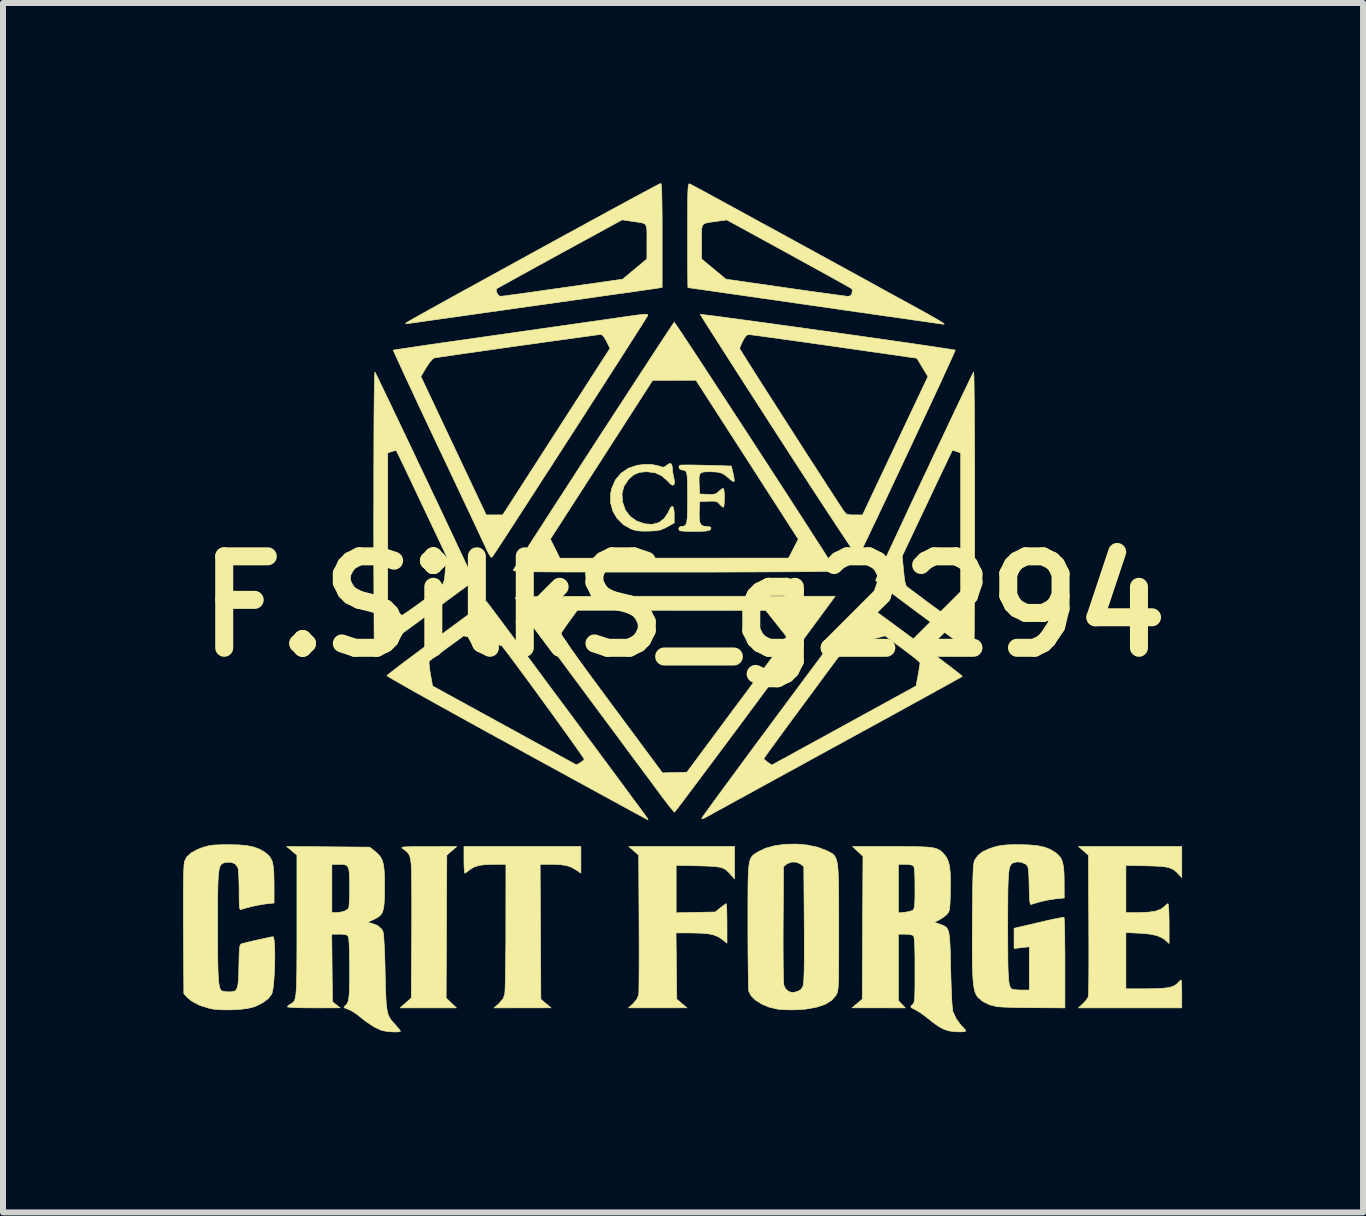
<source format=kicad_pcb>
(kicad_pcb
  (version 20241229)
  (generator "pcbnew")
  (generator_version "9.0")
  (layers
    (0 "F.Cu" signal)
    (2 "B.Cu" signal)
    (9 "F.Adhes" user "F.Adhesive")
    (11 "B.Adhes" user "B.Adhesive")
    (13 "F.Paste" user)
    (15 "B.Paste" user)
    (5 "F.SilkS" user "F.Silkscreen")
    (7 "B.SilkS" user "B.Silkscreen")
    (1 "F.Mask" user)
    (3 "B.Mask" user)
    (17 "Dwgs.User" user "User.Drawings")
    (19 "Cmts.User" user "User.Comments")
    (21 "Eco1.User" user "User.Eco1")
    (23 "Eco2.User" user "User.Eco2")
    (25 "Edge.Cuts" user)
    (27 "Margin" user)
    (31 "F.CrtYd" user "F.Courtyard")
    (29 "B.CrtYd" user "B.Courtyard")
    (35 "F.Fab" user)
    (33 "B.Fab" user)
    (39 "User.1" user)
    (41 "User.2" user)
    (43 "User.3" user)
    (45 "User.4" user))
  (footprint "F.SilkS_g2294"
    (layer "F.Cu")
    (at 8.342 7.053)
    (property "Reference" "F.SilkS_g2294" (at 0 0 0) (layer "F.SilkS") (effects (font (size 1.524 1.524) (thickness 0.3))))
    (attr through_hole)
    (fp_poly (pts (xy -3.865 4.072) (xy -3.948 4.144) (xy -3.959 6.525) (xy -3.873 6.607) (xy -3.787 6.689) (xy -4.726 6.689) (xy -4.633 6.606) (xy -4.54 6.524) (xy -4.533 5.49) (xy -4.532 5.279) (xy -4.532 5.075) (xy -4.532 4.885) (xy -4.533 4.713) (xy -4.534 4.563) (xy -4.536 4.441) (xy -4.538 4.352) (xy -4.541 4.3) (xy -4.552 4.208) (xy -4.571 4.145) (xy -4.603 4.098) (xy -4.657 4.053) (xy -4.678 4.039) (xy -4.693 4.027) (xy -4.697 4.018) (xy -4.685 4.012) (xy -4.653 4.007) (xy -4.595 4.005) (xy -4.508 4.003) (xy -4.388 4.002) (xy -4.256 4.002) (xy -3.782 4) (xy -3.865 4.072)) (stroke (width 0.01) (type solid)) (fill yes) (layer "F.SilkS"))
    (fp_poly (pts (xy -1.714 4.444) (xy -1.791 4.392) (xy -1.869 4.347) (xy -1.953 4.318) (xy -2.055 4.303) (xy -2.186 4.297) (xy -2.207 4.297) (xy -2.393 4.297) (xy -2.387 5.421) (xy -2.381 6.545) (xy -2.297 6.616) (xy -2.212 6.688) (xy -3.161 6.689) (xy -3.082 6.62) (xy -3.01 6.535) (xy -2.984 6.466) (xy -2.98 6.429) (xy -2.976 6.353) (xy -2.973 6.244) (xy -2.97 6.106) (xy -2.968 5.944) (xy -2.966 5.762) (xy -2.964 5.565) (xy -2.964 5.356) (xy -2.964 5.339) (xy -2.963 4.297) (xy -3.159 4.297) (xy -3.3 4.301) (xy -3.408 4.315) (xy -3.491 4.341) (xy -3.558 4.38) (xy -3.574 4.393) (xy -3.617 4.427) (xy -3.646 4.444) (xy -3.649 4.445) (xy -3.654 4.425) (xy -3.658 4.372) (xy -3.661 4.294) (xy -3.662 4.223) (xy -3.662 4) (xy -1.714 4) (xy -1.714 4.444)) (stroke (width 0.01) (type solid)) (fill yes) (layer "F.SilkS"))
    (fp_poly (pts (xy 0.846 4.54) (xy 0.778 4.463) (xy 0.736 4.418) (xy 0.696 4.384) (xy 0.651 4.36) (xy 0.594 4.344) (xy 0.518 4.334) (xy 0.415 4.327) (xy 0.279 4.323) (xy 0.238 4.322) (xy -0.127 4.313) (xy -0.127 5.105) (xy 0.525 5.091) (xy 0.61 5.022) (xy 0.661 4.983) (xy 0.697 4.958) (xy 0.708 4.953) (xy 0.712 4.973) (xy 0.715 5.028) (xy 0.718 5.111) (xy 0.719 5.215) (xy 0.72 5.282) (xy 0.72 5.611) (xy 0.64 5.548) (xy 0.578 5.506) (xy 0.506 5.476) (xy 0.416 5.456) (xy 0.301 5.445) (xy 0.154 5.441) (xy 0.121 5.44) (xy -0.129 5.44) (xy -0.123 5.992) (xy -0.116 6.545) (xy -0.032 6.616) (xy 0.053 6.688) (xy -0.434 6.688) (xy -0.921 6.688) (xy -0.843 6.617) (xy -0.783 6.546) (xy -0.752 6.475) (xy -0.752 6.474) (xy -0.749 6.44) (xy -0.747 6.367) (xy -0.746 6.261) (xy -0.745 6.125) (xy -0.744 5.963) (xy -0.744 5.78) (xy -0.744 5.58) (xy -0.745 5.367) (xy -0.745 5.273) (xy -0.751 4.144) (xy -0.917 4) (xy 0.847 4) (xy 0.846 4.54)) (stroke (width 0.01) (type solid)) (fill yes) (layer "F.SilkS"))
    (fp_poly (pts (xy -0.205 -2.372) (xy -0.191 -2.324) (xy -0.191 -2.305) (xy -0.185 -2.244) (xy -0.172 -2.169) (xy -0.166 -2.146) (xy -0.154 -2.079) (xy -0.158 -2.04) (xy -0.167 -2.026) (xy -0.189 -2.019) (xy -0.222 -2.04) (xy -0.27 -2.091) (xy -0.366 -2.176) (xy -0.474 -2.225) (xy -0.604 -2.243) (xy -0.625 -2.244) (xy -0.738 -2.233) (xy -0.828 -2.196) (xy -0.91 -2.127) (xy -0.927 -2.107) (xy -0.998 -1.998) (xy -1.029 -1.876) (xy -1.02 -1.74) (xy -1.019 -1.738) (xy -0.973 -1.605) (xy -0.895 -1.5) (xy -0.786 -1.423) (xy -0.65 -1.376) (xy -0.524 -1.367) (xy -0.416 -1.396) (xy -0.327 -1.463) (xy -0.258 -1.566) (xy -0.246 -1.595) (xy -0.216 -1.652) (xy -0.19 -1.668) (xy -0.172 -1.645) (xy -0.161 -1.583) (xy -0.159 -1.525) (xy -0.159 -1.391) (xy -0.274 -1.326) (xy -0.337 -1.294) (xy -0.393 -1.273) (xy -0.458 -1.262) (xy -0.546 -1.256) (xy -0.581 -1.255) (xy -0.689 -1.254) (xy -0.769 -1.26) (xy -0.836 -1.275) (xy -0.877 -1.29) (xy -1.008 -1.364) (xy -1.111 -1.466) (xy -1.182 -1.589) (xy -1.219 -1.728) (xy -1.219 -1.877) (xy -1.199 -1.97) (xy -1.139 -2.107) (xy -1.046 -2.218) (xy -0.926 -2.3) (xy -0.779 -2.35) (xy -0.667 -2.365) (xy -0.531 -2.364) (xy -0.424 -2.342) (xy -0.365 -2.323) (xy -0.33 -2.321) (xy -0.302 -2.336) (xy -0.283 -2.353) (xy -0.237 -2.382) (xy -0.205 -2.372)) (stroke (width 0.01) (type solid)) (fill yes) (layer "F.SilkS"))
    (fp_poly (pts (xy 8.297 4.519) (xy 8.244 4.461) (xy 8.198 4.415) (xy 8.152 4.382) (xy 8.099 4.358) (xy 8.03 4.341) (xy 7.939 4.331) (xy 7.819 4.325) (xy 7.71 4.322) (xy 7.366 4.314) (xy 7.366 5.101) (xy 7.594 5.101) (xy 7.748 5.094) (xy 7.867 5.075) (xy 7.954 5.042) (xy 8.016 4.993) (xy 8.019 4.988) (xy 8.051 4.96) (xy 8.067 4.953) (xy 8.073 4.973) (xy 8.079 5.028) (xy 8.083 5.111) (xy 8.085 5.215) (xy 8.086 5.285) (xy 8.086 5.617) (xy 8.038 5.572) (xy 7.968 5.521) (xy 7.88 5.484) (xy 7.767 5.46) (xy 7.62 5.446) (xy 7.594 5.445) (xy 7.366 5.434) (xy 7.366 6.371) (xy 7.689 6.371) (xy 7.849 6.369) (xy 7.973 6.363) (xy 8.066 6.353) (xy 8.134 6.337) (xy 8.184 6.314) (xy 8.222 6.284) (xy 8.228 6.277) (xy 8.262 6.24) (xy 8.285 6.223) (xy 8.286 6.223) (xy 8.29 6.243) (xy 8.294 6.296) (xy 8.297 6.375) (xy 8.297 6.456) (xy 8.297 6.689) (xy 6.575 6.689) (xy 6.651 6.618) (xy 6.7 6.566) (xy 6.734 6.515) (xy 6.741 6.497) (xy 6.743 6.466) (xy 6.745 6.397) (xy 6.747 6.295) (xy 6.748 6.162) (xy 6.749 6.003) (xy 6.749 5.822) (xy 6.749 5.623) (xy 6.748 5.41) (xy 6.748 5.295) (xy 6.742 4.144) (xy 6.659 4.072) (xy 6.576 4) (xy 8.297 4) (xy 8.297 4.519)) (stroke (width 0.01) (type solid)) (fill yes) (layer "F.SilkS"))
    (fp_poly (pts (xy 0.126 -2.356) (xy 0.24 -2.354) (xy 0.368 -2.351) (xy 0.38 -2.351) (xy 0.792 -2.339) (xy 0.822 -2.216) (xy 0.836 -2.149) (xy 0.841 -2.099) (xy 0.838 -2.08) (xy 0.816 -2.085) (xy 0.777 -2.113) (xy 0.756 -2.131) (xy 0.692 -2.186) (xy 0.633 -2.22) (xy 0.565 -2.237) (xy 0.474 -2.243) (xy 0.436 -2.244) (xy 0.354 -2.242) (xy 0.3 -2.233) (xy 0.27 -2.208) (xy 0.256 -2.161) (xy 0.255 -2.084) (xy 0.258 -2.01) (xy 0.265 -1.873) (xy 0.397 -1.867) (xy 0.473 -1.865) (xy 0.521 -1.872) (xy 0.557 -1.891) (xy 0.583 -1.915) (xy 0.624 -1.95) (xy 0.654 -1.968) (xy 0.657 -1.968) (xy 0.667 -1.949) (xy 0.674 -1.898) (xy 0.677 -1.825) (xy 0.677 -1.81) (xy 0.675 -1.734) (xy 0.67 -1.678) (xy 0.662 -1.652) (xy 0.66 -1.651) (xy 0.636 -1.665) (xy 0.599 -1.701) (xy 0.596 -1.705) (xy 0.567 -1.734) (xy 0.534 -1.749) (xy 0.486 -1.754) (xy 0.409 -1.753) (xy 0.407 -1.752) (xy 0.265 -1.746) (xy 0.258 -1.582) (xy 0.258 -1.474) (xy 0.268 -1.4) (xy 0.292 -1.357) (xy 0.332 -1.337) (xy 0.368 -1.333) (xy 0.431 -1.327) (xy 0.455 -1.309) (xy 0.442 -1.277) (xy 0.416 -1.264) (xy 0.363 -1.255) (xy 0.277 -1.25) (xy 0.181 -1.249) (xy 0.085 -1.25) (xy 0.004 -1.253) (xy -0.051 -1.258) (xy -0.071 -1.263) (xy -0.085 -1.299) (xy -0.066 -1.326) (xy -0.036 -1.333) (xy -0.004 -1.336) (xy 0.02 -1.345) (xy 0.038 -1.368) (xy 0.05 -1.408) (xy 0.058 -1.472) (xy 0.062 -1.564) (xy 0.063 -1.688) (xy 0.064 -1.813) (xy 0.063 -1.963) (xy 0.062 -2.076) (xy 0.058 -2.157) (xy 0.05 -2.212) (xy 0.039 -2.245) (xy 0.021 -2.263) (xy -0.003 -2.271) (xy -0.029 -2.273) (xy -0.065 -2.288) (xy -0.081 -2.318) (xy -0.073 -2.346) (xy -0.059 -2.353) (xy -0.03 -2.355) (xy 0.034 -2.356) (xy 0.126 -2.356)) (stroke (width 0.01) (type solid)) (fill yes) (layer "F.SilkS"))
    (fp_poly (pts (xy -5.134 -3.883) (xy -5.106 -3.827) (xy -5.064 -3.74) (xy -5.008 -3.624) (xy -4.941 -3.483) (xy -4.863 -3.321) (xy -4.777 -3.14) (xy -4.684 -2.945) (xy -4.585 -2.738) (xy -4.483 -2.523) (xy -4.378 -2.302) (xy -4.273 -2.081) (xy -4.169 -1.861) (xy -4.067 -1.646) (xy -3.97 -1.44) (xy -3.878 -1.245) (xy -3.794 -1.066) (xy -3.718 -0.905) (xy -3.653 -0.766) (xy -3.6 -0.652) (xy -3.566 -0.578) (xy -3.496 -0.426) (xy -4.319 0.179) (xy -4.483 0.299) (xy -4.637 0.412) (xy -4.777 0.514) (xy -4.9 0.603) (xy -5.002 0.677) (xy -5.081 0.733) (xy -5.132 0.769) (xy -5.153 0.783) (xy -5.153 0.783) (xy -5.155 0.762) (xy -5.156 0.702) (xy -5.158 0.605) (xy -5.159 0.473) (xy -5.16 0.31) (xy -5.161 0.118) (xy -5.162 -0.1) (xy -5.163 -0.342) (xy -5.164 -0.605) (xy -5.164 -0.886) (xy -5.165 -1.182) (xy -5.165 -1.491) (xy -5.165 -1.571) (xy -5.164 -1.94) (xy -5.164 -2.282) (xy -5.163 -2.557) (xy -4.932 -2.557) (xy -4.932 -0.046) (xy -4.821 0.05) (xy -4.763 0.099) (xy -4.718 0.134) (xy -4.694 0.148) (xy -4.693 0.148) (xy -4.672 0.136) (xy -4.622 0.103) (xy -4.549 0.052) (xy -4.458 -0.013) (xy -4.355 -0.087) (xy -4.34 -0.099) (xy -4.224 -0.183) (xy -4.137 -0.247) (xy -4.075 -0.299) (xy -4.032 -0.345) (xy -4.005 -0.391) (xy -3.989 -0.445) (xy -3.98 -0.513) (xy -3.973 -0.602) (xy -3.968 -0.668) (xy -3.954 -0.839) (xy -4.368 -1.713) (xy -4.453 -1.893) (xy -4.532 -2.06) (xy -4.604 -2.211) (xy -4.667 -2.343) (xy -4.719 -2.451) (xy -4.758 -2.531) (xy -4.782 -2.581) (xy -4.79 -2.596) (xy -4.813 -2.595) (xy -4.859 -2.582) (xy -4.865 -2.58) (xy -4.932 -2.557) (xy -5.163 -2.557) (xy -5.163 -2.595) (xy -5.162 -2.879) (xy -5.161 -3.131) (xy -5.159 -3.351) (xy -5.157 -3.536) (xy -5.154 -3.685) (xy -5.152 -3.797) (xy -5.149 -3.87) (xy -5.146 -3.903) (xy -5.145 -3.904) (xy -5.134 -3.883)) (stroke (width 0.01) (type solid)) (fill yes) (layer "F.SilkS"))
    (fp_poly (pts (xy -0.146 -4.717) (xy -0.111 -4.667) (xy -0.058 -4.588) (xy 0.014 -4.48) (xy 0.101 -4.348) (xy 0.203 -4.194) (xy 0.317 -4.02) (xy 0.442 -3.829) (xy 0.576 -3.624) (xy 0.717 -3.408) (xy 0.863 -3.184) (xy 1.014 -2.953) (xy 1.166 -2.719) (xy 1.319 -2.484) (xy 1.47 -2.251) (xy 1.618 -2.023) (xy 1.761 -1.802) (xy 1.897 -1.592) (xy 2.025 -1.394) (xy 2.142 -1.211) (xy 2.248 -1.047) (xy 2.34 -0.904) (xy 2.416 -0.784) (xy 2.475 -0.69) (xy 2.516 -0.625) (xy 2.535 -0.592) (xy 2.536 -0.589) (xy 2.517 -0.587) (xy 2.457 -0.585) (xy 2.36 -0.583) (xy 2.228 -0.581) (xy 2.064 -0.579) (xy 1.87 -0.577) (xy 1.648 -0.576) (xy 1.402 -0.575) (xy 1.134 -0.574) (xy 0.845 -0.573) (xy 0.54 -0.572) (xy 0.219 -0.572) (xy -0.114 -0.572) (xy -0.158 -0.572) (xy -0.552 -0.572) (xy -0.905 -0.572) (xy -1.221 -0.572) (xy -1.5 -0.572) (xy -1.746 -0.573) (xy -1.96 -0.573) (xy -2.145 -0.574) (xy -2.302 -0.575) (xy -2.435 -0.576) (xy -2.544 -0.578) (xy -2.631 -0.58) (xy -2.701 -0.582) (xy -2.753 -0.585) (xy -2.791 -0.588) (xy -2.816 -0.592) (xy -2.832 -0.596) (xy -2.839 -0.6) (xy -2.839 -0.605) (xy -2.838 -0.609) (xy -2.817 -0.643) (xy -2.776 -0.709) (xy -2.715 -0.804) (xy -2.638 -0.925) (xy -2.545 -1.07) (xy -2.512 -1.122) (xy -2.222 -1.122) (xy -2.065 -0.804) (xy 1.746 -0.805) (xy 1.908 -1.12) (xy 1.056 -2.444) (xy 0.203 -3.768) (xy -0.158 -3.767) (xy -0.519 -3.766) (xy -1.37 -2.444) (xy -2.222 -1.122) (xy -2.512 -1.122) (xy -2.438 -1.235) (xy -2.32 -1.418) (xy -2.192 -1.617) (xy -2.055 -1.828) (xy -1.912 -2.049) (xy -1.764 -2.277) (xy -1.613 -2.51) (xy -1.461 -2.745) (xy -1.309 -2.979) (xy -1.159 -3.209) (xy -1.013 -3.433) (xy -0.873 -3.648) (xy -0.741 -3.851) (xy -0.617 -4.04) (xy -0.505 -4.212) (xy -0.405 -4.364) (xy -0.32 -4.494) (xy -0.251 -4.598) (xy -0.2 -4.675) (xy -0.169 -4.721) (xy -0.159 -4.734) (xy -0.146 -4.717)) (stroke (width 0.01) (type solid)) (fill yes) (layer "F.SilkS"))
    (fp_poly (pts (xy -0.376 -7.033) (xy -0.371 -6.984) (xy -0.367 -6.901) (xy -0.364 -6.782) (xy -0.362 -6.625) (xy -0.36 -6.429) (xy -0.36 -6.193) (xy -0.36 -6.182) (xy -0.36 -5.315) (xy -0.429 -5.303) (xy -0.459 -5.298) (xy -0.528 -5.288) (xy -0.634 -5.273) (xy -0.772 -5.253) (xy -0.94 -5.229) (xy -1.136 -5.202) (xy -1.355 -5.171) (xy -1.595 -5.136) (xy -1.853 -5.1) (xy -2.126 -5.061) (xy -2.412 -5.021) (xy -2.519 -5.006) (xy -2.807 -4.965) (xy -3.084 -4.926) (xy -3.347 -4.889) (xy -3.593 -4.854) (xy -3.818 -4.822) (xy -4.02 -4.794) (xy -4.197 -4.769) (xy -4.344 -4.748) (xy -4.459 -4.731) (xy -4.54 -4.72) (xy -4.582 -4.714) (xy -4.588 -4.713) (xy -4.625 -4.711) (xy -4.635 -4.718) (xy -4.617 -4.73) (xy -4.565 -4.76) (xy -4.481 -4.808) (xy -4.368 -4.871) (xy -4.23 -4.948) (xy -4.068 -5.038) (xy -3.887 -5.138) (xy -3.688 -5.248) (xy -3.663 -5.261) (xy -3.125 -5.261) (xy -3.111 -5.218) (xy -3.084 -5.181) (xy -3.054 -5.166) (xy -3.026 -5.169) (xy -2.96 -5.177) (xy -2.861 -5.191) (xy -2.733 -5.208) (xy -2.58 -5.229) (xy -2.407 -5.254) (xy -2.217 -5.281) (xy -2.017 -5.309) (xy -1.017 -5.452) (xy -0.816 -5.62) (xy -0.614 -5.788) (xy -0.614 -6.078) (xy -0.613 -6.196) (xy -0.615 -6.279) (xy -0.624 -6.334) (xy -0.645 -6.367) (xy -0.684 -6.387) (xy -0.745 -6.399) (xy -0.834 -6.412) (xy -0.857 -6.415) (xy -1.027 -6.44) (xy -2.064 -5.874) (xy -2.257 -5.768) (xy -2.439 -5.668) (xy -2.606 -5.576) (xy -2.756 -5.494) (xy -2.884 -5.423) (xy -2.988 -5.366) (xy -3.063 -5.324) (xy -3.107 -5.299) (xy -3.118 -5.292) (xy -3.125 -5.261) (xy -3.663 -5.261) (xy -3.474 -5.365) (xy -3.249 -5.489) (xy -3.015 -5.618) (xy -2.776 -5.749) (xy -2.533 -5.883) (xy -2.29 -6.016) (xy -2.049 -6.148) (xy -1.814 -6.276) (xy -1.587 -6.4) (xy -1.371 -6.518) (xy -1.169 -6.628) (xy -0.984 -6.728) (xy -0.818 -6.818) (xy -0.675 -6.895) (xy -0.557 -6.958) (xy -0.467 -7.006) (xy -0.408 -7.036) (xy -0.383 -7.048) (xy -0.383 -7.048) (xy -0.376 -7.033)) (stroke (width 0.01) (type solid)) (fill yes) (layer "F.SilkS"))
    (fp_poly (pts (xy 2.457 -0.079) (xy 2.346 0.071) (xy 2.223 0.239) (xy 2.087 0.423) (xy 1.942 0.619) (xy 1.789 0.826) (xy 1.63 1.041) (xy 1.466 1.261) (xy 1.301 1.484) (xy 1.136 1.706) (xy 0.973 1.926) (xy 0.813 2.141) (xy 0.659 2.347) (xy 0.512 2.544) (xy 0.375 2.727) (xy 0.25 2.895) (xy 0.138 3.044) (xy 0.041 3.173) (xy -0.038 3.278) (xy -0.098 3.358) (xy -0.138 3.408) (xy -0.154 3.428) (xy -0.154 3.428) (xy -0.171 3.412) (xy -0.209 3.368) (xy -0.263 3.3) (xy -0.328 3.215) (xy -0.386 3.138) (xy -0.431 3.076) (xy -0.5 2.984) (xy -0.589 2.863) (xy -0.697 2.718) (xy -0.821 2.552) (xy -0.958 2.367) (xy -1.106 2.166) (xy -1.264 1.954) (xy -1.428 1.733) (xy -1.597 1.505) (xy -1.7 1.366) (xy -1.865 1.144) (xy -2.022 0.932) (xy -2.17 0.731) (xy -2.307 0.545) (xy -2.377 0.451) (xy -2.044 0.451) (xy -2.034 0.475) (xy -1.999 0.53) (xy -1.94 0.617) (xy -1.859 0.734) (xy -1.755 0.879) (xy -1.63 1.052) (xy -1.484 1.251) (xy -1.319 1.474) (xy -1.205 1.628) (xy -0.355 2.774) (xy -0.151 2.768) (xy 0.052 2.762) (xy 0.83 1.714) (xy 0.97 1.527) (xy 1.103 1.347) (xy 1.228 1.179) (xy 1.341 1.025) (xy 1.442 0.89) (xy 1.526 0.775) (xy 1.593 0.685) (xy 1.639 0.622) (xy 1.663 0.59) (xy 1.663 0.589) (xy 1.718 0.511) (xy 1.542 0.288) (xy 1.365 0.066) (xy -0.204 0.065) (xy -1.773 0.064) (xy -1.903 0.242) (xy -1.958 0.319) (xy -2.004 0.386) (xy -2.035 0.434) (xy -2.044 0.451) (xy -2.377 0.451) (xy -2.432 0.376) (xy -2.542 0.227) (xy -2.635 0.099) (xy -2.711 -0.004) (xy -2.766 -0.081) (xy -2.8 -0.128) (xy -2.809 -0.142) (xy -2.804 -0.146) (xy -2.783 -0.15) (xy -2.745 -0.153) (xy -2.688 -0.156) (xy -2.61 -0.159) (xy -2.509 -0.161) (xy -2.383 -0.163) (xy -2.231 -0.165) (xy -2.05 -0.166) (xy -1.838 -0.167) (xy -1.594 -0.168) (xy -1.316 -0.169) (xy -1.002 -0.169) (xy -0.649 -0.169) (xy -0.257 -0.169) (xy -0.149 -0.169) (xy 2.522 -0.169) (xy 2.457 -0.079)) (stroke (width 0.01) (type solid)) (fill yes) (layer "F.SilkS"))
    (fp_poly (pts (xy 4.831 -3.886) (xy 4.834 -3.828) (xy 4.836 -3.733) (xy 4.838 -3.602) (xy 4.84 -3.438) (xy 4.842 -3.243) (xy 4.843 -3.02) (xy 4.845 -2.771) (xy 4.846 -2.499) (xy 4.847 -2.205) (xy 4.847 -1.892) (xy 4.847 -1.571) (xy 4.847 -1.259) (xy 4.847 -0.959) (xy 4.846 -0.674) (xy 4.845 -0.407) (xy 4.844 -0.16) (xy 4.843 0.065) (xy 4.841 0.263) (xy 4.84 0.434) (xy 4.838 0.574) (xy 4.836 0.68) (xy 4.834 0.749) (xy 4.832 0.78) (xy 4.831 0.781) (xy 4.812 0.769) (xy 4.761 0.734) (xy 4.684 0.678) (xy 4.582 0.605) (xy 4.46 0.516) (xy 4.321 0.415) (xy 4.168 0.303) (xy 4.006 0.183) (xy 3.844 0.063) (xy 3.692 -0.05) (xy 3.554 -0.154) (xy 3.434 -0.245) (xy 3.335 -0.321) (xy 3.261 -0.38) (xy 3.213 -0.419) (xy 3.197 -0.436) (xy 3.206 -0.458) (xy 3.231 -0.515) (xy 3.271 -0.604) (xy 3.325 -0.721) (xy 3.379 -0.838) (xy 3.639 -0.838) (xy 3.662 -0.595) (xy 3.674 -0.482) (xy 3.686 -0.405) (xy 3.7 -0.356) (xy 3.716 -0.33) (xy 3.721 -0.326) (xy 3.749 -0.305) (xy 3.805 -0.263) (xy 3.882 -0.206) (xy 3.974 -0.137) (xy 4.053 -0.077) (xy 4.151 -0.005) (xy 4.238 0.058) (xy 4.307 0.107) (xy 4.354 0.138) (xy 4.371 0.147) (xy 4.397 0.134) (xy 4.444 0.101) (xy 4.502 0.053) (xy 4.504 0.051) (xy 4.614 -0.046) (xy 4.614 -2.557) (xy 4.547 -2.58) (xy 4.501 -2.595) (xy 4.475 -2.598) (xy 4.474 -2.598) (xy 4.464 -2.578) (xy 4.438 -2.524) (xy 4.398 -2.439) (xy 4.344 -2.327) (xy 4.28 -2.192) (xy 4.207 -2.039) (xy 4.127 -1.869) (xy 4.054 -1.715) (xy 3.639 -0.838) (xy 3.379 -0.838) (xy 3.391 -0.863) (xy 3.467 -1.026) (xy 3.552 -1.208) (xy 3.644 -1.405) (xy 3.741 -1.614) (xy 3.843 -1.831) (xy 3.947 -2.053) (xy 4.053 -2.276) (xy 4.157 -2.499) (xy 4.26 -2.716) (xy 4.359 -2.925) (xy 4.452 -3.123) (xy 4.539 -3.305) (xy 4.617 -3.47) (xy 4.686 -3.613) (xy 4.743 -3.731) (xy 4.786 -3.821) (xy 4.816 -3.88) (xy 4.829 -3.904) (xy 4.829 -3.904) (xy 4.831 -3.886)) (stroke (width 0.01) (type solid)) (fill yes) (layer "F.SilkS"))
    (fp_poly (pts (xy 0.1 -7.039) (xy 0.124 -7.027) (xy 0.183 -6.995) (xy 0.277 -6.945) (xy 0.402 -6.877) (xy 0.558 -6.792) (xy 0.744 -6.691) (xy 0.956 -6.575) (xy 1.195 -6.444) (xy 1.458 -6.301) (xy 1.743 -6.145) (xy 2.049 -5.977) (xy 2.375 -5.799) (xy 2.718 -5.611) (xy 3.078 -5.414) (xy 3.451 -5.208) (xy 3.799 -5.018) (xy 3.965 -4.927) (xy 4.096 -4.854) (xy 4.195 -4.797) (xy 4.266 -4.756) (xy 4.312 -4.727) (xy 4.335 -4.71) (xy 4.338 -4.702) (xy 4.328 -4.701) (xy 4.304 -4.704) (xy 4.242 -4.713) (xy 4.143 -4.727) (xy 4.011 -4.746) (xy 3.848 -4.769) (xy 3.658 -4.797) (xy 3.443 -4.827) (xy 3.205 -4.861) (xy 2.948 -4.898) (xy 2.675 -4.937) (xy 2.388 -4.979) (xy 2.191 -5.007) (xy 1.897 -5.049) (xy 1.615 -5.09) (xy 1.347 -5.128) (xy 1.098 -5.164) (xy 0.869 -5.197) (xy 0.663 -5.226) (xy 0.483 -5.252) (xy 0.331 -5.274) (xy 0.212 -5.291) (xy 0.127 -5.303) (xy 0.079 -5.31) (xy 0.069 -5.312) (xy 0.068 -5.332) (xy 0.067 -5.391) (xy 0.066 -5.483) (xy 0.065 -5.604) (xy 0.064 -5.75) (xy 0.064 -5.916) (xy 0.064 -6.098) (xy 0.064 -6.183) (xy 0.064 -6.217) (xy 0.296 -6.217) (xy 0.296 -6.108) (xy 0.297 -6.079) (xy 0.297 -5.789) (xy 0.702 -5.452) (xy 1.69 -5.31) (xy 1.891 -5.281) (xy 2.081 -5.254) (xy 2.255 -5.23) (xy 2.409 -5.209) (xy 2.538 -5.191) (xy 2.638 -5.178) (xy 2.705 -5.169) (xy 2.733 -5.166) (xy 2.779 -5.175) (xy 2.801 -5.213) (xy 2.803 -5.221) (xy 2.808 -5.267) (xy 2.8 -5.292) (xy 2.779 -5.305) (xy 2.724 -5.336) (xy 2.639 -5.384) (xy 2.527 -5.446) (xy 2.391 -5.521) (xy 2.235 -5.607) (xy 2.062 -5.702) (xy 1.876 -5.804) (xy 1.75 -5.874) (xy 0.717 -6.439) (xy 0.544 -6.415) (xy 0.447 -6.402) (xy 0.379 -6.39) (xy 0.335 -6.373) (xy 0.31 -6.343) (xy 0.299 -6.294) (xy 0.296 -6.217) (xy 0.064 -6.217) (xy 0.064 -6.398) (xy 0.064 -6.574) (xy 0.065 -6.716) (xy 0.066 -6.826) (xy 0.068 -6.909) (xy 0.072 -6.968) (xy 0.076 -7.007) (xy 0.081 -7.029) (xy 0.088 -7.039) (xy 0.096 -7.04) (xy 0.1 -7.039)) (stroke (width 0.01) (type solid)) (fill yes) (layer "F.SilkS"))
    (fp_poly (pts (xy 2.062 3.976) (xy 2.233 4.013) (xy 2.383 4.07) (xy 2.391 4.074) (xy 2.432 4.095) (xy 2.466 4.114) (xy 2.495 4.136) (xy 2.518 4.164) (xy 2.537 4.202) (xy 2.552 4.252) (xy 2.563 4.319) (xy 2.571 4.406) (xy 2.576 4.517) (xy 2.579 4.655) (xy 2.581 4.823) (xy 2.582 5.025) (xy 2.582 5.265) (xy 2.582 5.352) (xy 2.582 5.59) (xy 2.582 5.788) (xy 2.581 5.952) (xy 2.58 6.085) (xy 2.579 6.19) (xy 2.576 6.272) (xy 2.573 6.334) (xy 2.568 6.38) (xy 2.563 6.414) (xy 2.556 6.439) (xy 2.547 6.459) (xy 2.538 6.477) (xy 2.466 6.561) (xy 2.357 6.629) (xy 2.212 6.678) (xy 2.033 6.709) (xy 1.894 6.72) (xy 1.787 6.722) (xy 1.679 6.719) (xy 1.588 6.713) (xy 1.559 6.709) (xy 1.423 6.677) (xy 1.3 6.626) (xy 1.197 6.561) (xy 1.123 6.488) (xy 1.084 6.415) (xy 1.081 6.384) (xy 1.078 6.314) (xy 1.076 6.211) (xy 1.074 6.078) (xy 1.072 5.921) (xy 1.07 5.742) (xy 1.07 5.678) (xy 1.655 5.678) (xy 1.656 5.85) (xy 1.657 6.002) (xy 1.659 6.13) (xy 1.662 6.227) (xy 1.665 6.291) (xy 1.668 6.313) (xy 1.698 6.373) (xy 1.737 6.408) (xy 1.787 6.429) (xy 1.83 6.432) (xy 1.887 6.417) (xy 1.902 6.412) (xy 1.955 6.381) (xy 1.986 6.325) (xy 1.991 6.311) (xy 1.997 6.266) (xy 2.002 6.178) (xy 2.006 6.048) (xy 2.008 5.876) (xy 2.008 5.662) (xy 2.008 5.405) (xy 2.007 5.284) (xy 2 4.335) (xy 1.95 4.295) (xy 1.878 4.261) (xy 1.795 4.259) (xy 1.721 4.288) (xy 1.712 4.295) (xy 1.662 4.335) (xy 1.656 5.29) (xy 1.655 5.489) (xy 1.655 5.678) (xy 1.07 5.678) (xy 1.069 5.548) (xy 1.069 5.341) (xy 1.069 5.323) (xy 1.069 5.077) (xy 1.069 4.869) (xy 1.07 4.696) (xy 1.072 4.554) (xy 1.076 4.441) (xy 1.082 4.351) (xy 1.091 4.282) (xy 1.103 4.23) (xy 1.119 4.191) (xy 1.139 4.162) (xy 1.163 4.138) (xy 1.193 4.117) (xy 1.228 4.095) (xy 1.234 4.091) (xy 1.363 4.029) (xy 1.52 3.986) (xy 1.695 3.963) (xy 1.879 3.96) (xy 2.062 3.976)) (stroke (width 0.01) (type solid)) (fill yes) (layer "F.SilkS"))
    (fp_poly (pts (xy -3.252 -0.036) (xy -3.234 -0.013) (xy -3.193 0.041) (xy -3.132 0.123) (xy -3.051 0.231) (xy -2.954 0.362) (xy -2.841 0.513) (xy -2.716 0.681) (xy -2.58 0.864) (xy -2.436 1.058) (xy -2.285 1.262) (xy -2.129 1.472) (xy -1.97 1.685) (xy -1.811 1.899) (xy -1.654 2.112) (xy -1.5 2.319) (xy -1.352 2.519) (xy -1.211 2.709) (xy -1.08 2.886) (xy -0.961 3.047) (xy -0.856 3.19) (xy -0.766 3.311) (xy -0.694 3.408) (xy -0.643 3.479) (xy -0.613 3.52) (xy -0.606 3.53) (xy -0.596 3.553) (xy -0.597 3.556) (xy -0.616 3.546) (xy -0.67 3.517) (xy -0.757 3.47) (xy -0.874 3.407) (xy -1.018 3.328) (xy -1.188 3.235) (xy -1.382 3.129) (xy -1.596 3.012) (xy -1.829 2.885) (xy -2.079 2.748) (xy -2.342 2.604) (xy -2.617 2.454) (xy -2.778 2.365) (xy -3.059 2.211) (xy -3.329 2.063) (xy -3.586 1.921) (xy -3.828 1.787) (xy -4.053 1.663) (xy -4.257 1.549) (xy -4.44 1.447) (xy -4.598 1.358) (xy -4.729 1.283) (xy -4.832 1.224) (xy -4.903 1.182) (xy -4.94 1.158) (xy -4.946 1.154) (xy -4.928 1.137) (xy -4.879 1.098) (xy -4.803 1.039) (xy -4.703 0.963) (xy -4.668 0.936) (xy -4.244 0.936) (xy -4.24 0.994) (xy -4.23 1.074) (xy -4.221 1.126) (xy -4.185 1.326) (xy -2.987 1.983) (xy -1.789 2.64) (xy -1.728 2.606) (xy -1.683 2.575) (xy -1.658 2.548) (xy -1.658 2.547) (xy -1.668 2.527) (xy -1.702 2.478) (xy -1.755 2.402) (xy -1.825 2.303) (xy -1.909 2.185) (xy -2.004 2.052) (xy -2.108 1.908) (xy -2.218 1.756) (xy -2.331 1.601) (xy -2.444 1.445) (xy -2.555 1.293) (xy -2.661 1.149) (xy -2.759 1.017) (xy -2.846 0.899) (xy -2.92 0.8) (xy -2.978 0.725) (xy -3.016 0.675) (xy -3.033 0.656) (xy -3.034 0.656) (xy -3.054 0.651) (xy -3.109 0.637) (xy -3.19 0.616) (xy -3.291 0.589) (xy -3.352 0.573) (xy -3.666 0.49) (xy -3.944 0.693) (xy -4.039 0.762) (xy -4.122 0.823) (xy -4.188 0.871) (xy -4.229 0.902) (xy -4.24 0.91) (xy -4.244 0.936) (xy -4.668 0.936) (xy -4.582 0.872) (xy -4.443 0.768) (xy -4.29 0.654) (xy -4.126 0.533) (xy -4.115 0.525) (xy -3.291 -0.083) (xy -3.252 -0.036)) (stroke (width 0.01) (type solid)) (fill yes) (layer "F.SilkS"))
    (fp_poly (pts (xy -0.607 -4.864) (xy -0.598 -4.857) (xy -0.599 -4.849) (xy -0.611 -4.828) (xy -0.645 -4.774) (xy -0.697 -4.69) (xy -0.768 -4.579) (xy -0.855 -4.443) (xy -0.955 -4.286) (xy -1.068 -4.109) (xy -1.192 -3.916) (xy -1.324 -3.71) (xy -1.464 -3.493) (xy -1.608 -3.269) (xy -1.756 -3.039) (xy -1.906 -2.806) (xy -2.056 -2.574) (xy -2.203 -2.345) (xy -2.348 -2.122) (xy -2.486 -1.907) (xy -2.618 -1.704) (xy -2.74 -1.515) (xy -2.852 -1.342) (xy -2.951 -1.189) (xy -3.036 -1.059) (xy -3.105 -0.954) (xy -3.156 -0.877) (xy -3.188 -0.83) (xy -3.197 -0.817) (xy -3.215 -0.824) (xy -3.243 -0.865) (xy -3.278 -0.933) (xy -3.296 -0.973) (xy -3.331 -1.048) (xy -3.381 -1.155) (xy -3.445 -1.291) (xy -3.521 -1.453) (xy -3.608 -1.637) (xy -3.704 -1.841) (xy -3.808 -2.061) (xy -3.918 -2.294) (xy -4.033 -2.538) (xy -4.094 -2.665) (xy -4.209 -2.909) (xy -4.318 -3.141) (xy -4.421 -3.359) (xy -4.515 -3.561) (xy -4.6 -3.743) (xy -4.641 -3.831) (xy -4.38 -3.831) (xy -3.836 -2.678) (xy -3.291 -1.524) (xy -3.016 -1.525) (xy -2.123 -2.912) (xy -1.229 -4.299) (xy -1.286 -4.414) (xy -1.326 -4.486) (xy -1.36 -4.522) (xy -1.386 -4.53) (xy -1.413 -4.527) (xy -1.477 -4.519) (xy -1.575 -4.505) (xy -1.702 -4.488) (xy -1.854 -4.467) (xy -2.026 -4.443) (xy -2.214 -4.417) (xy -2.414 -4.389) (xy -2.621 -4.36) (xy -2.831 -4.331) (xy -3.04 -4.301) (xy -3.244 -4.272) (xy -3.438 -4.244) (xy -3.618 -4.219) (xy -3.779 -4.195) (xy -3.917 -4.175) (xy -4.029 -4.159) (xy -4.109 -4.147) (xy -4.153 -4.14) (xy -4.159 -4.138) (xy -4.192 -4.116) (xy -4.236 -4.063) (xy -4.286 -3.988) (xy -4.291 -3.98) (xy -4.38 -3.831) (xy -4.641 -3.831) (xy -4.674 -3.903) (xy -4.736 -4.038) (xy -4.785 -4.144) (xy -4.819 -4.219) (xy -4.837 -4.261) (xy -4.84 -4.269) (xy -4.818 -4.273) (xy -4.758 -4.283) (xy -4.661 -4.297) (xy -4.533 -4.316) (xy -4.375 -4.34) (xy -4.19 -4.367) (xy -3.983 -4.397) (xy -3.755 -4.429) (xy -3.51 -4.464) (xy -3.252 -4.501) (xy -3.12 -4.52) (xy -2.844 -4.559) (xy -2.571 -4.598) (xy -2.306 -4.636) (xy -2.053 -4.672) (xy -1.815 -4.706) (xy -1.598 -4.737) (xy -1.405 -4.764) (xy -1.241 -4.788) (xy -1.109 -4.807) (xy -1.014 -4.821) (xy -0.999 -4.823) (xy -0.857 -4.843) (xy -0.752 -4.857) (xy -0.679 -4.865) (xy -0.633 -4.867) (xy -0.607 -4.864)) (stroke (width 0.01) (type solid)) (fill yes) (layer "F.SilkS"))
    (fp_poly (pts (xy 5.759 3.974) (xy 5.896 3.987) (xy 6.008 4.011) (xy 6.102 4.047) (xy 6.187 4.098) (xy 6.196 4.104) (xy 6.248 4.149) (xy 6.286 4.2) (xy 6.312 4.265) (xy 6.328 4.351) (xy 6.336 4.465) (xy 6.338 4.593) (xy 6.339 4.858) (xy 6.198 4.872) (xy 6.072 4.891) (xy 5.936 4.921) (xy 5.814 4.957) (xy 5.791 4.966) (xy 5.779 4.965) (xy 5.77 4.947) (xy 5.764 4.907) (xy 5.759 4.84) (xy 5.756 4.739) (xy 5.754 4.656) (xy 5.751 4.533) (xy 5.747 4.445) (xy 5.742 4.385) (xy 5.734 4.346) (xy 5.723 4.321) (xy 5.706 4.303) (xy 5.697 4.295) (xy 5.626 4.262) (xy 5.544 4.257) (xy 5.483 4.275) (xy 5.463 4.288) (xy 5.447 4.307) (xy 5.433 4.336) (xy 5.422 4.378) (xy 5.414 4.436) (xy 5.408 4.515) (xy 5.403 4.618) (xy 5.4 4.749) (xy 5.399 4.911) (xy 5.398 5.109) (xy 5.397 5.336) (xy 5.398 5.569) (xy 5.399 5.764) (xy 5.4 5.923) (xy 5.403 6.052) (xy 5.408 6.152) (xy 5.414 6.229) (xy 5.421 6.285) (xy 5.431 6.325) (xy 5.444 6.352) (xy 5.459 6.369) (xy 5.468 6.376) (xy 5.501 6.384) (xy 5.562 6.39) (xy 5.625 6.392) (xy 5.757 6.392) (xy 5.757 5.671) (xy 5.63 5.685) (xy 5.503 5.699) (xy 5.503 5.363) (xy 5.911 5.267) (xy 6.036 5.238) (xy 6.148 5.213) (xy 6.239 5.195) (xy 6.303 5.183) (xy 6.333 5.179) (xy 6.334 5.18) (xy 6.338 5.202) (xy 6.341 5.262) (xy 6.344 5.355) (xy 6.347 5.475) (xy 6.348 5.618) (xy 6.35 5.78) (xy 6.35 5.938) (xy 6.35 6.689) (xy 5.837 6.686) (xy 5.687 6.685) (xy 5.545 6.682) (xy 5.419 6.679) (xy 5.315 6.675) (xy 5.243 6.67) (xy 5.217 6.668) (xy 5.095 6.637) (xy 4.987 6.585) (xy 4.906 6.519) (xy 4.89 6.499) (xy 4.87 6.466) (xy 4.853 6.426) (xy 4.84 6.376) (xy 4.829 6.311) (xy 4.82 6.228) (xy 4.814 6.123) (xy 4.81 5.993) (xy 4.807 5.835) (xy 4.807 5.644) (xy 4.807 5.417) (xy 4.809 5.224) (xy 4.81 4.997) (xy 4.812 4.809) (xy 4.814 4.656) (xy 4.817 4.534) (xy 4.82 4.438) (xy 4.824 4.365) (xy 4.829 4.311) (xy 4.834 4.272) (xy 4.841 4.244) (xy 4.85 4.223) (xy 4.852 4.219) (xy 4.904 4.147) (xy 4.975 4.091) (xy 5.075 4.043) (xy 5.152 4.016) (xy 5.225 3.995) (xy 5.296 3.982) (xy 5.377 3.974) (xy 5.479 3.97) (xy 5.588 3.969) (xy 5.759 3.974)) (stroke (width 0.01) (type solid)) (fill yes) (layer "F.SilkS"))
    (fp_poly (pts (xy 3.67 4.001) (xy 3.83 4.002) (xy 3.959 4.005) (xy 4.059 4.01) (xy 4.136 4.019) (xy 4.194 4.031) (xy 4.239 4.048) (xy 4.276 4.07) (xy 4.308 4.098) (xy 4.339 4.131) (xy 4.378 4.183) (xy 4.407 4.246) (xy 4.427 4.327) (xy 4.439 4.43) (xy 4.443 4.564) (xy 4.442 4.732) (xy 4.442 4.745) (xy 4.439 4.871) (xy 4.435 4.962) (xy 4.43 5.025) (xy 4.422 5.067) (xy 4.41 5.096) (xy 4.394 5.119) (xy 4.384 5.131) (xy 4.33 5.176) (xy 4.264 5.218) (xy 4.254 5.223) (xy 4.175 5.262) (xy 4.273 5.297) (xy 4.316 5.313) (xy 4.351 5.33) (xy 4.379 5.353) (xy 4.399 5.385) (xy 4.415 5.432) (xy 4.426 5.498) (xy 4.433 5.587) (xy 4.439 5.706) (xy 4.443 5.857) (xy 4.447 6.045) (xy 4.447 6.054) (xy 4.452 6.219) (xy 4.457 6.372) (xy 4.463 6.506) (xy 4.469 6.617) (xy 4.476 6.698) (xy 4.482 6.744) (xy 4.483 6.748) (xy 4.537 6.866) (xy 4.614 6.973) (xy 4.645 7.005) (xy 4.681 7.044) (xy 4.699 7.071) (xy 4.699 7.073) (xy 4.68 7.083) (xy 4.631 7.088) (xy 4.565 7.088) (xy 4.494 7.083) (xy 4.429 7.074) (xy 4.413 7.071) (xy 4.33 7.043) (xy 4.243 6.996) (xy 4.143 6.924) (xy 4.081 6.874) (xy 4.005 6.814) (xy 3.927 6.76) (xy 3.863 6.722) (xy 3.857 6.719) (xy 3.803 6.692) (xy 3.783 6.674) (xy 3.789 6.655) (xy 3.809 6.636) (xy 3.823 6.623) (xy 3.833 6.605) (xy 3.84 6.577) (xy 3.846 6.535) (xy 3.849 6.473) (xy 3.851 6.386) (xy 3.852 6.269) (xy 3.852 6.117) (xy 3.852 6.055) (xy 3.852 5.872) (xy 3.85 5.728) (xy 3.846 5.621) (xy 3.841 5.547) (xy 3.834 5.502) (xy 3.827 5.486) (xy 3.792 5.472) (xy 3.732 5.463) (xy 3.689 5.461) (xy 3.577 5.461) (xy 3.577 6.57) (xy 3.634 6.629) (xy 3.691 6.689) (xy 2.805 6.688) (xy 2.889 6.616) (xy 2.974 6.545) (xy 2.985 4.297) (xy 3.577 4.297) (xy 3.577 5.107) (xy 3.682 5.096) (xy 3.751 5.085) (xy 3.804 5.068) (xy 3.82 5.059) (xy 3.832 5.042) (xy 3.841 5.01) (xy 3.847 4.958) (xy 3.851 4.879) (xy 3.852 4.767) (xy 3.852 4.69) (xy 3.851 4.542) (xy 3.847 4.434) (xy 3.84 4.362) (xy 3.83 4.326) (xy 3.827 4.322) (xy 3.792 4.308) (xy 3.732 4.299) (xy 3.689 4.297) (xy 3.577 4.297) (xy 2.985 4.297) (xy 2.986 4.164) (xy 2.899 4.082) (xy 2.813 4) (xy 3.471 4) (xy 3.67 4.001)) (stroke (width 0.01) (type solid)) (fill yes) (layer "F.SilkS"))
    (fp_poly (pts (xy 0.296 -4.864) (xy 0.354 -4.857) (xy 0.448 -4.846) (xy 0.574 -4.83) (xy 0.728 -4.809) (xy 0.907 -4.785) (xy 1.107 -4.758) (xy 1.326 -4.728) (xy 1.559 -4.696) (xy 1.804 -4.662) (xy 2.056 -4.627) (xy 2.313 -4.591) (xy 2.571 -4.555) (xy 2.827 -4.519) (xy 3.078 -4.483) (xy 3.319 -4.449) (xy 3.547 -4.416) (xy 3.76 -4.386) (xy 3.954 -4.357) (xy 4.125 -4.332) (xy 4.269 -4.31) (xy 4.385 -4.293) (xy 4.467 -4.279) (xy 4.514 -4.271) (xy 4.523 -4.269) (xy 4.515 -4.249) (xy 4.491 -4.194) (xy 4.452 -4.107) (xy 4.4 -3.992) (xy 4.335 -3.852) (xy 4.261 -3.69) (xy 4.177 -3.51) (xy 4.086 -3.315) (xy 3.989 -3.108) (xy 3.888 -2.893) (xy 3.785 -2.672) (xy 3.68 -2.449) (xy 3.576 -2.228) (xy 3.474 -2.011) (xy 3.376 -1.803) (xy 3.282 -1.606) (xy 3.196 -1.423) (xy 3.117 -1.259) (xy 3.049 -1.115) (xy 2.991 -0.996) (xy 2.947 -0.905) (xy 2.917 -0.845) (xy 2.903 -0.82) (xy 2.902 -0.82) (xy 2.889 -0.835) (xy 2.854 -0.883) (xy 2.799 -0.963) (xy 2.726 -1.072) (xy 2.636 -1.208) (xy 2.53 -1.368) (xy 2.41 -1.55) (xy 2.277 -1.753) (xy 2.133 -1.973) (xy 1.979 -2.21) (xy 1.817 -2.459) (xy 1.649 -2.72) (xy 1.58 -2.826) (xy 1.409 -3.091) (xy 1.245 -3.347) (xy 1.088 -3.59) (xy 0.941 -3.819) (xy 0.805 -4.031) (xy 0.681 -4.224) (xy 0.635 -4.297) (xy 0.931 -4.297) (xy 0.942 -4.277) (xy 0.974 -4.225) (xy 1.025 -4.144) (xy 1.092 -4.037) (xy 1.174 -3.908) (xy 1.267 -3.761) (xy 1.371 -3.598) (xy 1.483 -3.423) (xy 1.601 -3.239) (xy 1.722 -3.05) (xy 1.844 -2.859) (xy 1.966 -2.669) (xy 2.085 -2.483) (xy 2.2 -2.306) (xy 2.307 -2.14) (xy 2.405 -1.989) (xy 2.491 -1.856) (xy 2.564 -1.744) (xy 2.621 -1.657) (xy 2.66 -1.598) (xy 2.671 -1.582) (xy 2.698 -1.55) (xy 2.729 -1.532) (xy 2.778 -1.525) (xy 2.845 -1.524) (xy 2.978 -1.524) (xy 3.523 -2.677) (xy 4.068 -3.83) (xy 3.883 -4.135) (xy 2.508 -4.332) (xy 2.27 -4.366) (xy 2.044 -4.398) (xy 1.834 -4.427) (xy 1.642 -4.454) (xy 1.472 -4.478) (xy 1.329 -4.497) (xy 1.215 -4.513) (xy 1.135 -4.523) (xy 1.091 -4.528) (xy 1.085 -4.529) (xy 1.05 -4.519) (xy 1.017 -4.481) (xy 0.985 -4.425) (xy 0.955 -4.362) (xy 0.936 -4.314) (xy 0.931 -4.297) (xy 0.635 -4.297) (xy 0.571 -4.397) (xy 0.476 -4.545) (xy 0.397 -4.669) (xy 0.337 -4.764) (xy 0.297 -4.829) (xy 0.277 -4.861) (xy 0.275 -4.865) (xy 0.296 -4.864)) (stroke (width 0.01) (type solid)) (fill yes) (layer "F.SilkS"))
    (fp_poly (pts (xy 3.005 -0.058) (xy 3.125 0.028) (xy 3.259 0.125) (xy 3.404 0.231) (xy 3.556 0.343) (xy 3.711 0.457) (xy 3.865 0.572) (xy 4.016 0.684) (xy 4.158 0.791) (xy 4.289 0.89) (xy 4.405 0.978) (xy 4.502 1.052) (xy 4.576 1.11) (xy 4.623 1.149) (xy 4.641 1.166) (xy 4.641 1.166) (xy 4.621 1.178) (xy 4.565 1.209) (xy 4.478 1.258) (xy 4.36 1.323) (xy 4.215 1.403) (xy 4.045 1.497) (xy 3.851 1.603) (xy 3.637 1.721) (xy 3.405 1.849) (xy 3.156 1.985) (xy 2.895 2.128) (xy 2.622 2.278) (xy 2.529 2.328) (xy 2.252 2.48) (xy 1.984 2.627) (xy 1.729 2.767) (xy 1.487 2.899) (xy 1.263 3.022) (xy 1.057 3.135) (xy 0.874 3.235) (xy 0.715 3.323) (xy 0.582 3.395) (xy 0.478 3.452) (xy 0.406 3.492) (xy 0.368 3.513) (xy 0.364 3.516) (xy 0.316 3.539) (xy 0.299 3.535) (xy 0.3 3.529) (xy 0.313 3.508) (xy 0.35 3.456) (xy 0.409 3.375) (xy 0.488 3.266) (xy 0.586 3.132) (xy 0.701 2.976) (xy 0.831 2.799) (xy 0.975 2.604) (xy 1.025 2.536) (xy 1.334 2.536) (xy 1.35 2.556) (xy 1.389 2.589) (xy 1.4 2.597) (xy 1.467 2.643) (xy 1.628 2.554) (xy 1.678 2.528) (xy 1.76 2.483) (xy 1.871 2.422) (xy 2.007 2.347) (xy 2.165 2.261) (xy 2.339 2.166) (xy 2.526 2.063) (xy 2.721 1.956) (xy 2.83 1.896) (xy 3.87 1.326) (xy 3.904 1.145) (xy 3.919 1.06) (xy 3.93 0.991) (xy 3.936 0.948) (xy 3.937 0.941) (xy 3.921 0.921) (xy 3.876 0.882) (xy 3.807 0.827) (xy 3.721 0.761) (xy 3.645 0.704) (xy 3.353 0.49) (xy 3.036 0.574) (xy 2.926 0.604) (xy 2.831 0.631) (xy 2.758 0.653) (xy 2.715 0.669) (xy 2.706 0.673) (xy 2.687 0.698) (xy 2.645 0.752) (xy 2.585 0.832) (xy 2.509 0.934) (xy 2.42 1.054) (xy 2.321 1.188) (xy 2.214 1.333) (xy 2.102 1.485) (xy 1.988 1.639) (xy 1.875 1.792) (xy 1.765 1.941) (xy 1.662 2.082) (xy 1.569 2.21) (xy 1.487 2.322) (xy 1.42 2.414) (xy 1.37 2.483) (xy 1.341 2.525) (xy 1.334 2.536) (xy 1.025 2.536) (xy 1.13 2.393) (xy 1.296 2.169) (xy 1.471 1.933) (xy 1.637 1.709) (xy 1.851 1.421) (xy 2.041 1.165) (xy 2.209 0.94) (xy 2.355 0.743) (xy 2.483 0.574) (xy 2.592 0.429) (xy 2.685 0.307) (xy 2.762 0.206) (xy 2.826 0.125) (xy 2.877 0.061) (xy 2.918 0.013) (xy 2.949 -0.022) (xy 2.972 -0.044) (xy 2.988 -0.056) (xy 2.999 -0.06) (xy 3.005 -0.058)) (stroke (width 0.01) (type solid)) (fill yes) (layer "F.SilkS"))
    (fp_poly (pts (xy -7.418 3.973) (xy -7.282 3.985) (xy -7.171 4.007) (xy -7.078 4.04) (xy -6.994 4.087) (xy -6.97 4.104) (xy -6.92 4.146) (xy -6.883 4.192) (xy -6.856 4.251) (xy -6.84 4.327) (xy -6.83 4.43) (xy -6.827 4.564) (xy -6.826 4.636) (xy -6.826 4.942) (xy -6.953 4.955) (xy -7.045 4.969) (xy -7.154 4.99) (xy -7.262 5.016) (xy -7.352 5.042) (xy -7.376 5.051) (xy -7.388 5.051) (xy -7.397 5.037) (xy -7.403 5.002) (xy -7.406 4.942) (xy -7.408 4.85) (xy -7.408 4.734) (xy -7.41 4.616) (xy -7.413 4.51) (xy -7.419 4.423) (xy -7.425 4.366) (xy -7.429 4.351) (xy -7.472 4.291) (xy -7.541 4.262) (xy -7.628 4.265) (xy -7.636 4.267) (xy -7.666 4.275) (xy -7.691 4.286) (xy -7.711 4.305) (xy -7.727 4.333) (xy -7.74 4.376) (xy -7.749 4.436) (xy -7.756 4.517) (xy -7.761 4.623) (xy -7.764 4.758) (xy -7.766 4.925) (xy -7.766 5.127) (xy -7.766 5.323) (xy -7.766 5.564) (xy -7.765 5.766) (xy -7.763 5.932) (xy -7.76 6.066) (xy -7.755 6.173) (xy -7.749 6.254) (xy -7.74 6.314) (xy -7.73 6.357) (xy -7.718 6.385) (xy -7.707 6.398) (xy -7.674 6.412) (xy -7.616 6.421) (xy -7.59 6.422) (xy -7.533 6.421) (xy -7.49 6.413) (xy -7.46 6.392) (xy -7.439 6.352) (xy -7.426 6.288) (xy -7.418 6.196) (xy -7.414 6.069) (xy -7.412 5.99) (xy -7.409 5.858) (xy -7.406 5.762) (xy -7.401 5.696) (xy -7.394 5.655) (xy -7.385 5.633) (xy -7.372 5.623) (xy -7.37 5.622) (xy -7.314 5.607) (xy -7.235 5.588) (xy -7.143 5.566) (xy -7.048 5.545) (xy -6.961 5.526) (xy -6.892 5.511) (xy -6.85 5.504) (xy -6.844 5.503) (xy -6.832 5.523) (xy -6.823 5.578) (xy -6.817 5.661) (xy -6.814 5.764) (xy -6.814 5.881) (xy -6.817 6.003) (xy -6.822 6.125) (xy -6.83 6.239) (xy -6.839 6.337) (xy -6.851 6.412) (xy -6.864 6.457) (xy -6.92 6.531) (xy -7.01 6.6) (xy -7.122 6.657) (xy -7.186 6.68) (xy -7.284 6.701) (xy -7.41 6.715) (xy -7.549 6.722) (xy -7.688 6.721) (xy -7.813 6.713) (xy -7.892 6.7) (xy -8.064 6.647) (xy -8.197 6.577) (xy -8.267 6.518) (xy -8.329 6.453) (xy -8.336 5.391) (xy -8.337 5.106) (xy -8.337 4.864) (xy -8.336 4.662) (xy -8.334 4.501) (xy -8.33 4.379) (xy -8.325 4.296) (xy -8.319 4.252) (xy -8.319 4.25) (xy -8.28 4.174) (xy -8.21 4.109) (xy -8.104 4.051) (xy -8.022 4.019) (xy -7.959 3.999) (xy -7.897 3.985) (xy -7.827 3.976) (xy -7.738 3.972) (xy -7.62 3.97) (xy -7.588 3.97) (xy -7.418 3.973)) (stroke (width 0.01) (type solid)) (fill yes) (layer "F.SilkS"))
    (fp_poly (pts (xy -5.232 4.011) (xy -5.151 4.076) (xy -5.095 4.124) (xy -5.053 4.173) (xy -5.024 4.229) (xy -5.004 4.299) (xy -4.992 4.391) (xy -4.986 4.51) (xy -4.985 4.666) (xy -4.985 4.667) (xy -4.986 4.821) (xy -4.991 4.939) (xy -5.001 5.027) (xy -5.019 5.091) (xy -5.047 5.138) (xy -5.087 5.174) (xy -5.141 5.204) (xy -5.166 5.216) (xy -5.271 5.265) (xy -5.203 5.279) (xy -5.104 5.315) (xy -5.035 5.375) (xy -5.012 5.414) (xy -5.004 5.454) (xy -4.997 5.533) (xy -4.99 5.647) (xy -4.983 5.794) (xy -4.978 5.971) (xy -4.975 6.096) (xy -4.971 6.288) (xy -4.966 6.443) (xy -4.96 6.566) (xy -4.952 6.663) (xy -4.941 6.738) (xy -4.926 6.797) (xy -4.905 6.845) (xy -4.877 6.888) (xy -4.843 6.93) (xy -4.806 6.97) (xy -4.761 7.022) (xy -4.729 7.061) (xy -4.72 7.077) (xy -4.739 7.087) (xy -4.788 7.09) (xy -4.855 7.089) (xy -4.929 7.083) (xy -4.997 7.072) (xy -5.044 7.06) (xy -5.16 7.005) (xy -5.296 6.915) (xy -5.408 6.826) (xy -5.478 6.773) (xy -5.551 6.73) (xy -5.597 6.71) (xy -5.647 6.691) (xy -5.662 6.676) (xy -5.648 6.659) (xy -5.623 6.638) (xy -5.604 6.611) (xy -5.59 6.573) (xy -5.58 6.519) (xy -5.573 6.444) (xy -5.569 6.342) (xy -5.567 6.209) (xy -5.567 6.043) (xy -5.568 5.877) (xy -5.57 5.736) (xy -5.575 5.624) (xy -5.581 5.546) (xy -5.588 5.505) (xy -5.589 5.502) (xy -5.609 5.478) (xy -5.646 5.466) (xy -5.71 5.461) (xy -5.738 5.461) (xy -5.865 5.461) (xy -5.859 6.024) (xy -5.853 6.587) (xy -5.789 6.638) (xy -5.726 6.688) (xy -6.165 6.689) (xy -6.296 6.688) (xy -6.412 6.686) (xy -6.505 6.682) (xy -6.571 6.678) (xy -6.602 6.673) (xy -6.604 6.671) (xy -6.587 6.649) (xy -6.553 6.626) (xy -6.531 6.614) (xy -6.512 6.6) (xy -6.496 6.583) (xy -6.482 6.557) (xy -6.472 6.521) (xy -6.463 6.47) (xy -6.457 6.401) (xy -6.452 6.312) (xy -6.449 6.198) (xy -6.447 6.056) (xy -6.446 5.884) (xy -6.445 5.677) (xy -6.445 5.433) (xy -6.445 5.318) (xy -6.445 4.297) (xy -5.863 4.297) (xy -5.863 5.101) (xy -5.79 5.101) (xy -5.72 5.094) (xy -5.659 5.079) (xy -5.611 5.054) (xy -5.583 5.031) (xy -5.578 5.002) (xy -5.573 4.939) (xy -5.569 4.849) (xy -5.567 4.741) (xy -5.567 4.685) (xy -5.568 4.548) (xy -5.571 4.448) (xy -5.581 4.379) (xy -5.599 4.335) (xy -5.628 4.31) (xy -5.672 4.299) (xy -5.731 4.297) (xy -5.748 4.297) (xy -5.863 4.297) (xy -6.445 4.297) (xy -6.445 4.144) (xy -6.53 4.072) (xy -6.615 4) (xy -5.232 4.011)) (stroke (width 0.01) (type solid)) (fill yes) (layer "F.SilkS")))
  (gr_rect
    (start -3 -3)
    (end 19.659 17.149)
    (stroke (width 0.1) (type default))
    (fill no)
    (layer "Edge.Cuts")))
</source>
